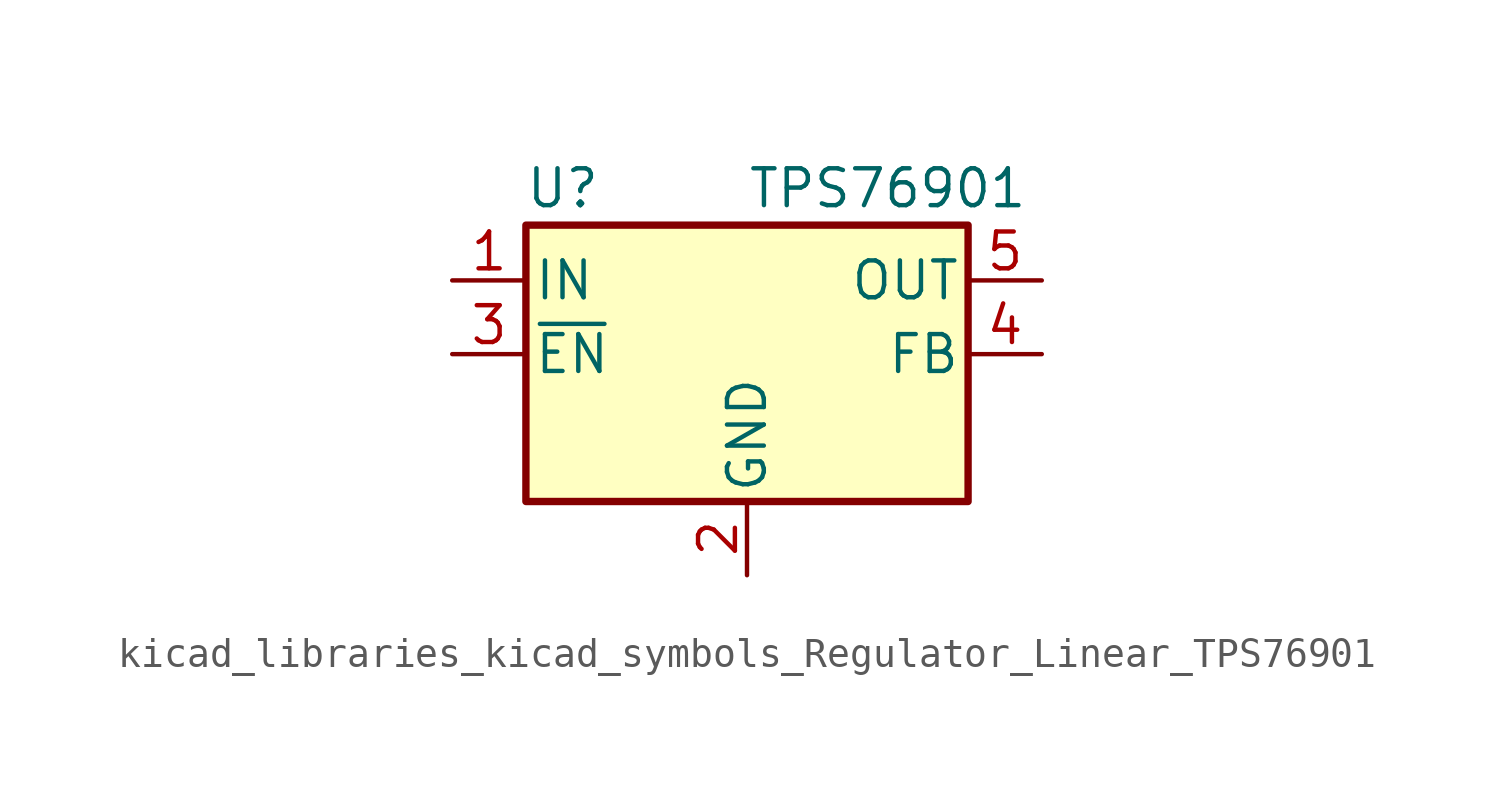
<source format=kicad_sym>
(kicad_symbol_lib
  (version 20220914)
  (generator kicad_symbol_editor)
  (symbol "kicad_libraries_kicad_symbols_Regulator_Linear_TPS76901"
    (pin_names
      (offset 0.254))
    (property "Reference" "U"
      (at -6.35 5.715 0)
      (effects (font (size 1.27 1.27))))
    (property "Value" "TPS76901"
      (at 0 5.715 0)
      (effects (font (size 1.27 1.27)) (justify left)))
    (symbol "kicad_libraries_kicad_symbols_Regulator_Linear_TPS76901_0_1"
      (rectangle (start -7.62 4.445) (end 7.62 -5.08) (stroke (width 0.254) (type default)) (fill (type background))))
    (symbol "kicad_libraries_kicad_symbols_Regulator_Linear_TPS76901_1_1"
      (pin power_in line (at -10.16 2.54 0) (length 2.54) (name "IN" (effects (font (size 1.27 1.27)))) (number "1" (effects (font (size 1.27 1.27)))))
      (pin power_in line (at 0 -7.62 90) (length 2.54) (name "GND" (effects (font (size 1.27 1.27)))) (number "2" (effects (font (size 1.27 1.27)))))
      (pin input line (at -10.16 0 0) (length 2.54) (name "~{EN}" (effects (font (size 1.27 1.27)))) (number "3" (effects (font (size 1.27 1.27)))))
      (pin input line (at 10.16 0 180) (length 2.54) (name "FB" (effects (font (size 1.27 1.27)))) (number "4" (effects (font (size 1.27 1.27)))))
      (pin power_out line (at 10.16 2.54 180) (length 2.54) (name "OUT" (effects (font (size 1.27 1.27)))) (number "5" (effects (font (size 1.27 1.27))))))))
</source>
